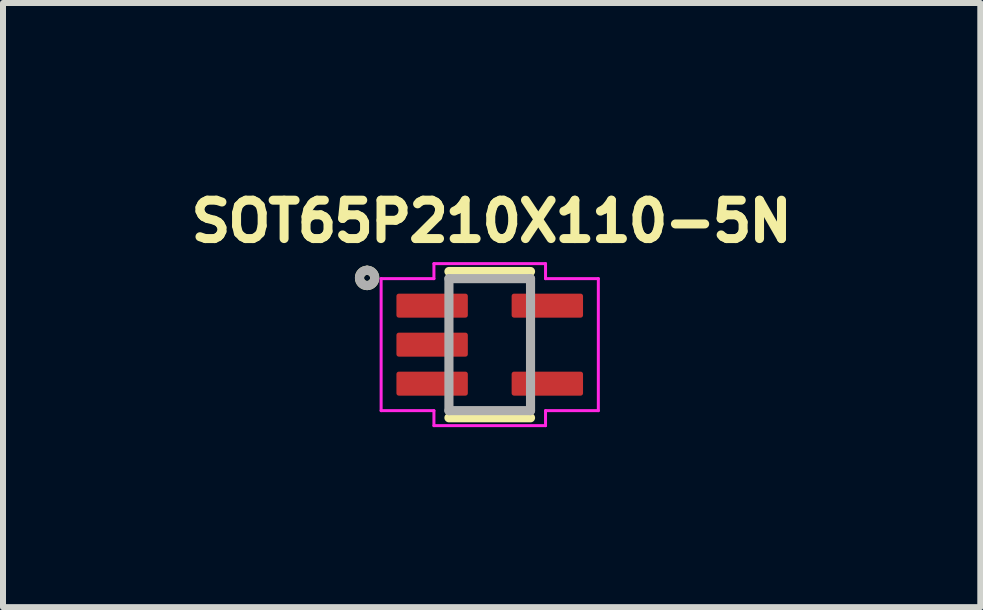
<source format=kicad_pcb>
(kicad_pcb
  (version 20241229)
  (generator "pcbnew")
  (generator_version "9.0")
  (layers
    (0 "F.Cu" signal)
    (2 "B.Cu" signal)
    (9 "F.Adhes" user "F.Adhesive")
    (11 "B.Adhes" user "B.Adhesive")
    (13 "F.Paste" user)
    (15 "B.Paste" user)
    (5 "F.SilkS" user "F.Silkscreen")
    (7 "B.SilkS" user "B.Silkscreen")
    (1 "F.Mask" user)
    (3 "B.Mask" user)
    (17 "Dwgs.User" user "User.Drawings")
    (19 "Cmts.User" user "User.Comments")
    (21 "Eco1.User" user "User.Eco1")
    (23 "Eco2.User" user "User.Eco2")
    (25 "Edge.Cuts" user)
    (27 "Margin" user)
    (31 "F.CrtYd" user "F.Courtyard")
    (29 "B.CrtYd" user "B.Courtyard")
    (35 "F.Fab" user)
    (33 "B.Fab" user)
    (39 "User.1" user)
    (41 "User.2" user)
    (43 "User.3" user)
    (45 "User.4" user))
  (footprint "SOT65P210X110-5N"
    (layer "F.Cu")
    (at 5.112 2.694)
    (property "Reference" "SOT65P210X110-5N" (at 0.032 -2.056 0) (layer "F.SilkS") (effects (font (size 0.64 0.64) (thickness 0.15))))
    (attr through_hole)
    (fp_line (start -0.68 1.219) (end 0.68 1.219) (stroke (width 0.152) (type solid)) (layer "F.SilkS"))
    (fp_line (start 0.68 -1.219) (end -0.68 -1.219) (stroke (width 0.152) (type solid)) (layer "F.SilkS"))
    (fp_arc (start -2.0438 -1.2392) (mid -1.9168 -1.1122) (end -2.0438 -0.9852) (stroke (width 0.1524) (type solid)) (layer "F.SilkS"))
    (fp_arc (start -2.0438 -0.9852) (mid -2.1708 -1.1122) (end -2.0438 -1.2392) (stroke (width 0.1524) (type solid)) (layer "F.SilkS"))
    (fp_line (start -1.81 -1.1) (end -0.93 -1.1) (stroke (width 0.05) (type solid)) (layer "F.CrtYd"))
    (fp_line (start -1.81 1.1) (end -1.81 -1.1) (stroke (width 0.05) (type solid)) (layer "F.CrtYd"))
    (fp_line (start -0.93 -1.35) (end 0.93 -1.35) (stroke (width 0.05) (type solid)) (layer "F.CrtYd"))
    (fp_line (start -0.93 -1.1) (end -0.93 -1.35) (stroke (width 0.05) (type solid)) (layer "F.CrtYd"))
    (fp_line (start -0.93 1.1) (end -1.81 1.1) (stroke (width 0.05) (type solid)) (layer "F.CrtYd"))
    (fp_line (start -0.93 1.35) (end -0.93 1.1) (stroke (width 0.05) (type solid)) (layer "F.CrtYd"))
    (fp_line (start 0.93 -1.35) (end 0.93 -1.1) (stroke (width 0.05) (type solid)) (layer "F.CrtYd"))
    (fp_line (start 0.93 -1.1) (end 1.81 -1.1) (stroke (width 0.05) (type solid)) (layer "F.CrtYd"))
    (fp_line (start 0.93 1.1) (end 0.93 1.35) (stroke (width 0.05) (type solid)) (layer "F.CrtYd"))
    (fp_line (start 0.93 1.35) (end -0.93 1.35) (stroke (width 0.05) (type solid)) (layer "F.CrtYd"))
    (fp_line (start 1.81 -1.1) (end 1.81 1.1) (stroke (width 0.05) (type solid)) (layer "F.CrtYd"))
    (fp_line (start 1.81 1.1) (end 0.93 1.1) (stroke (width 0.05) (type solid)) (layer "F.CrtYd"))
    (fp_line (start -0.68 -1.1) (end -0.68 1.1) (stroke (width 0.152) (type solid)) (layer "F.Fab"))
    (fp_line (start -0.68 1.1) (end 0.68 1.1) (stroke (width 0.152) (type solid)) (layer "F.Fab"))
    (fp_line (start 0.68 -1.1) (end -0.68 -1.1) (stroke (width 0.152) (type solid)) (layer "F.Fab"))
    (fp_line (start 0.68 1.1) (end 0.68 -1.1) (stroke (width 0.152) (type solid)) (layer "F.Fab"))
    (fp_arc (start -2.0438 -1.2392) (mid -1.9168 -1.1122) (end -2.0438 -0.9852) (stroke (width 0.1524) (type solid)) (layer "F.Fab"))
    (fp_arc (start -2.0438 -0.9852) (mid -2.1708 -1.1122) (end -2.0438 -1.2392) (stroke (width 0.1524) (type solid)) (layer "F.Fab"))
    (pad "1" smd roundrect (at -0.96 -0.65) (size 1.19 0.4) (layers "F.Cu" "F.Mask" "F.Paste") (roundrect_rratio 0.1))
    (pad "2" smd roundrect (at -0.96 0) (size 1.19 0.4) (layers "F.Cu" "F.Mask" "F.Paste") (roundrect_rratio 0.1))
    (pad "3" smd roundrect (at -0.96 0.65) (size 1.19 0.4) (layers "F.Cu" "F.Mask" "F.Paste") (roundrect_rratio 0.1))
    (pad "4" smd roundrect (at 0.96 0.65) (size 1.19 0.4) (layers "F.Cu" "F.Mask" "F.Paste") (roundrect_rratio 0.1))
    (pad "5" smd roundrect (at 0.96 -0.65) (size 1.19 0.4) (layers "F.Cu" "F.Mask" "F.Paste") (roundrect_rratio 0.1)))
  (gr_rect
    (start -3 -3)
    (end 13.288 7.069)
    (stroke (width 0.1) (type default))
    (fill no)
    (layer "Edge.Cuts")))
</source>
